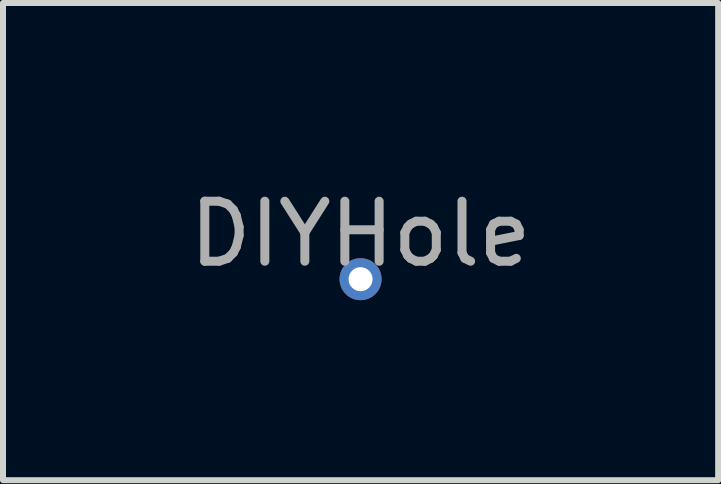
<source format=kicad_pcb>
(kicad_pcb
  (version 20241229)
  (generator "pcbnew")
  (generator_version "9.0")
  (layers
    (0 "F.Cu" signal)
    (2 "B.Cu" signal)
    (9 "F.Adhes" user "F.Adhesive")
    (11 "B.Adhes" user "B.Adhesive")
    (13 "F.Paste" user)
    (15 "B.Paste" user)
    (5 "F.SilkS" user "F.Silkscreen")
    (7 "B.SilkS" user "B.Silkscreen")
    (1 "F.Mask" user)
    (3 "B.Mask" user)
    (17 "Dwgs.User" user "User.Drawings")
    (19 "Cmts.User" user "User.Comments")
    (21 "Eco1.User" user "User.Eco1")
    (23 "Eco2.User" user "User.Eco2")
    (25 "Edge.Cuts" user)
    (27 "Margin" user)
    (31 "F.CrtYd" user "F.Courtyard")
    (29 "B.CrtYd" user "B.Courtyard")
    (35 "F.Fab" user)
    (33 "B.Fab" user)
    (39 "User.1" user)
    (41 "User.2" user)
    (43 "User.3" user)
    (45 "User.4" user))
  (footprint "DIYHole"
    (layer "F.Cu")
    (at 2.958 1.348)
    (property "Reference" "DIYHole" (at 0 -0.5 0) (unlocked yes) (layer "F.Fab") (effects (font (size 1 1) (thickness 0.15))))
    (attr through_hole)
    (pad "1" thru_hole circle (at 0 0.254) (size 0.7 0.7) (drill 0.4) (layers "*.Cu" "*.Mask")))
  (gr_rect
    (start -3 -3)
    (end 8.917 4.952)
    (stroke (width 0.1) (type default))
    (fill no)
    (layer "Edge.Cuts")))
</source>
